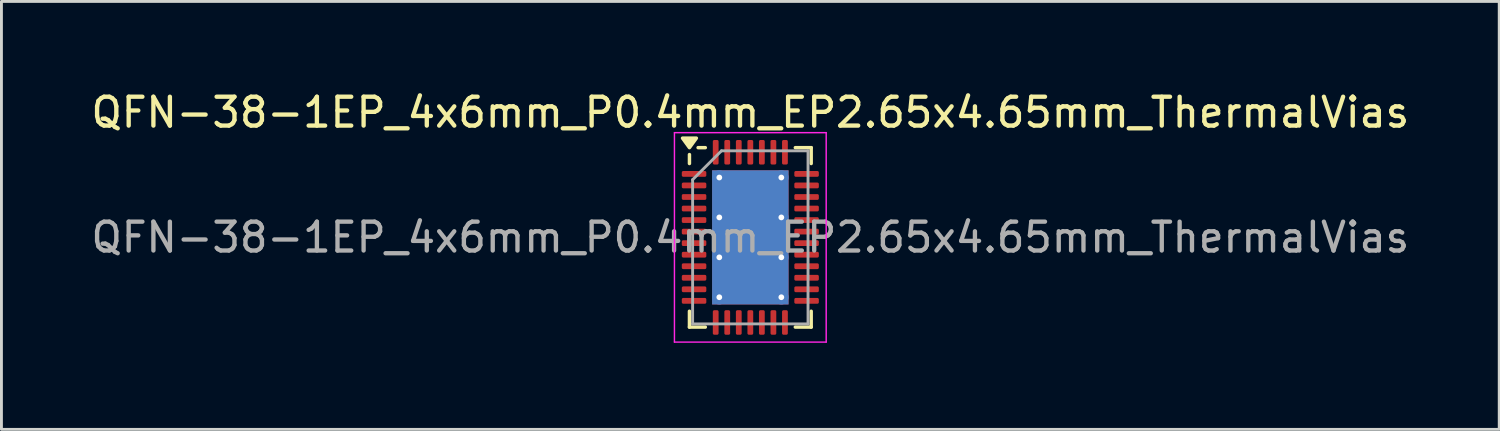
<source format=kicad_pcb>
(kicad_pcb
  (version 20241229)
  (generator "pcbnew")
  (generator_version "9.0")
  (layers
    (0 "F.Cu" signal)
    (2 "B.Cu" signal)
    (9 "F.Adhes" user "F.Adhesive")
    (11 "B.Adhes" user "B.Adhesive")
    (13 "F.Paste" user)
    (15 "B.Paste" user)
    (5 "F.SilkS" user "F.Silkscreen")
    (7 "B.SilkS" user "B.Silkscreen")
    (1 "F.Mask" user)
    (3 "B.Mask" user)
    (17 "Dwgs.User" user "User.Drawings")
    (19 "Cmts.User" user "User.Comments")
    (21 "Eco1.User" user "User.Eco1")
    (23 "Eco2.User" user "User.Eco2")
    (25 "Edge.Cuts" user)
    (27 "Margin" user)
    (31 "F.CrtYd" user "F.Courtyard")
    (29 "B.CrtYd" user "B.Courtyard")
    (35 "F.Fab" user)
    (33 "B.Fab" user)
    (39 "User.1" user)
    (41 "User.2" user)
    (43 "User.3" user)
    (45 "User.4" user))
  (footprint "QFN-38-1EP_4x6mm_P0.4mm_EP2.65x4.65mm_ThermalVias"
    (layer "F.Cu")
    (at 22.958 5.178)
    (property "Reference" "QFN-38-1EP_4x6mm_P0.4mm_EP2.65x4.65mm_ThermalVias" (at 0 -4.33 0) (layer "F.SilkS") (effects (font (size 1 1) (thickness 0.15))))
    (attr smd)
    (fp_line (start -2.11 -2.56) (end -2.11 -2.87) (stroke (width 0.12) (type solid)) (layer "F.SilkS"))
    (fp_line (start -2.11 3.11) (end -2.11 2.56) (stroke (width 0.12) (type solid)) (layer "F.SilkS"))
    (fp_line (start -1.56 -3.11) (end -1.81 -3.11) (stroke (width 0.12) (type solid)) (layer "F.SilkS"))
    (fp_line (start -1.56 3.11) (end -2.11 3.11) (stroke (width 0.12) (type solid)) (layer "F.SilkS"))
    (fp_line (start 1.56 -3.11) (end 2.11 -3.11) (stroke (width 0.12) (type solid)) (layer "F.SilkS"))
    (fp_line (start 1.56 3.11) (end 2.11 3.11) (stroke (width 0.12) (type solid)) (layer "F.SilkS"))
    (fp_line (start 2.11 -3.11) (end 2.11 -2.56) (stroke (width 0.12) (type solid)) (layer "F.SilkS"))
    (fp_line (start 2.11 3.11) (end 2.11 2.56) (stroke (width 0.12) (type solid)) (layer "F.SilkS"))
    (fp_poly (pts (xy -2.11 -3.11) (xy -2.35 -3.44) (xy -1.87 -3.44) (xy -2.11 -3.11)) (stroke (width 0.12) (type solid)) (fill yes) (layer "F.SilkS"))
    (fp_line (start -2.63 -3.63) (end -2.63 3.63) (stroke (width 0.05) (type solid)) (layer "F.CrtYd"))
    (fp_line (start -2.63 3.63) (end 2.63 3.63) (stroke (width 0.05) (type solid)) (layer "F.CrtYd"))
    (fp_line (start 2.63 -3.63) (end -2.63 -3.63) (stroke (width 0.05) (type solid)) (layer "F.CrtYd"))
    (fp_line (start 2.63 3.63) (end 2.63 -3.63) (stroke (width 0.05) (type solid)) (layer "F.CrtYd"))
    (fp_line (start -2 -2) (end -1 -3) (stroke (width 0.1) (type solid)) (layer "F.Fab"))
    (fp_line (start -2 3) (end -2 -2) (stroke (width 0.1) (type solid)) (layer "F.Fab"))
    (fp_line (start -1 -3) (end 2 -3) (stroke (width 0.1) (type solid)) (layer "F.Fab"))
    (fp_line (start 2 -3) (end 2 3) (stroke (width 0.1) (type solid)) (layer "F.Fab"))
    (fp_line (start 2 3) (end -2 3) (stroke (width 0.1) (type solid)) (layer "F.Fab"))
    (fp_text user "${REFERENCE}" (at 0 0 0) (layer "F.Fab") (effects (font (size 1 1) (thickness 0.15))))
    (pad "" smd roundrect (at -0.66 -1.74) (size 1.15 1.01) (layers "F.Paste") (roundrect_rratio 0.248))
    (pad "" smd roundrect (at -0.66 -0.58) (size 1.15 1.01) (layers "F.Paste") (roundrect_rratio 0.248))
    (pad "" smd roundrect (at -0.66 0.58) (size 1.15 1.01) (layers "F.Paste") (roundrect_rratio 0.248))
    (pad "" smd roundrect (at -0.66 1.74) (size 1.15 1.01) (layers "F.Paste") (roundrect_rratio 0.248))
    (pad "" smd roundrect (at 0.66 -1.74) (size 1.15 1.01) (layers "F.Paste") (roundrect_rratio 0.248))
    (pad "" smd roundrect (at 0.66 -0.58) (size 1.15 1.01) (layers "F.Paste") (roundrect_rratio 0.248))
    (pad "" smd roundrect (at 0.66 0.58) (size 1.15 1.01) (layers "F.Paste") (roundrect_rratio 0.248))
    (pad "" smd roundrect (at 0.66 1.74) (size 1.15 1.01) (layers "F.Paste") (roundrect_rratio 0.248))
    (pad "1" smd roundrect (at -1.95 -2.2) (size 0.85 0.2) (layers "F.Cu" "F.Mask" "F.Paste") (roundrect_rratio 0.25))
    (pad "2" smd roundrect (at -1.95 -1.8) (size 0.85 0.2) (layers "F.Cu" "F.Mask" "F.Paste") (roundrect_rratio 0.25))
    (pad "3" smd roundrect (at -1.95 -1.4) (size 0.85 0.2) (layers "F.Cu" "F.Mask" "F.Paste") (roundrect_rratio 0.25))
    (pad "4" smd roundrect (at -1.95 -1) (size 0.85 0.2) (layers "F.Cu" "F.Mask" "F.Paste") (roundrect_rratio 0.25))
    (pad "5" smd roundrect (at -1.95 -0.6) (size 0.85 0.2) (layers "F.Cu" "F.Mask" "F.Paste") (roundrect_rratio 0.25))
    (pad "6" smd roundrect (at -1.95 -0.2) (size 0.85 0.2) (layers "F.Cu" "F.Mask" "F.Paste") (roundrect_rratio 0.25))
    (pad "7" smd roundrect (at -1.95 0.2) (size 0.85 0.2) (layers "F.Cu" "F.Mask" "F.Paste") (roundrect_rratio 0.25))
    (pad "8" smd roundrect (at -1.95 0.6) (size 0.85 0.2) (layers "F.Cu" "F.Mask" "F.Paste") (roundrect_rratio 0.25))
    (pad "9" smd roundrect (at -1.95 1) (size 0.85 0.2) (layers "F.Cu" "F.Mask" "F.Paste") (roundrect_rratio 0.25))
    (pad "10" smd roundrect (at -1.95 1.4) (size 0.85 0.2) (layers "F.Cu" "F.Mask" "F.Paste") (roundrect_rratio 0.25))
    (pad "11" smd roundrect (at -1.95 1.8) (size 0.85 0.2) (layers "F.Cu" "F.Mask" "F.Paste") (roundrect_rratio 0.25))
    (pad "12" smd roundrect (at -1.95 2.2) (size 0.85 0.2) (layers "F.Cu" "F.Mask" "F.Paste") (roundrect_rratio 0.25))
    (pad "13" smd roundrect (at -1.2 2.95) (size 0.2 0.85) (layers "F.Cu" "F.Mask" "F.Paste") (roundrect_rratio 0.25))
    (pad "14" smd roundrect (at -0.8 2.95) (size 0.2 0.85) (layers "F.Cu" "F.Mask" "F.Paste") (roundrect_rratio 0.25))
    (pad "15" smd roundrect (at -0.4 2.95) (size 0.2 0.85) (layers "F.Cu" "F.Mask" "F.Paste") (roundrect_rratio 0.25))
    (pad "16" smd roundrect (at 0 2.95) (size 0.2 0.85) (layers "F.Cu" "F.Mask" "F.Paste") (roundrect_rratio 0.25))
    (pad "17" smd roundrect (at 0.4 2.95) (size 0.2 0.85) (layers "F.Cu" "F.Mask" "F.Paste") (roundrect_rratio 0.25))
    (pad "18" smd roundrect (at 0.8 2.95) (size 0.2 0.85) (layers "F.Cu" "F.Mask" "F.Paste") (roundrect_rratio 0.25))
    (pad "19" smd roundrect (at 1.2 2.95) (size 0.2 0.85) (layers "F.Cu" "F.Mask" "F.Paste") (roundrect_rratio 0.25))
    (pad "20" smd roundrect (at 1.95 2.2) (size 0.85 0.2) (layers "F.Cu" "F.Mask" "F.Paste") (roundrect_rratio 0.25))
    (pad "21" smd roundrect (at 1.95 1.8) (size 0.85 0.2) (layers "F.Cu" "F.Mask" "F.Paste") (roundrect_rratio 0.25))
    (pad "22" smd roundrect (at 1.95 1.4) (size 0.85 0.2) (layers "F.Cu" "F.Mask" "F.Paste") (roundrect_rratio 0.25))
    (pad "23" smd roundrect (at 1.95 1) (size 0.85 0.2) (layers "F.Cu" "F.Mask" "F.Paste") (roundrect_rratio 0.25))
    (pad "24" smd roundrect (at 1.95 0.6) (size 0.85 0.2) (layers "F.Cu" "F.Mask" "F.Paste") (roundrect_rratio 0.25))
    (pad "25" smd roundrect (at 1.95 0.2) (size 0.85 0.2) (layers "F.Cu" "F.Mask" "F.Paste") (roundrect_rratio 0.25))
    (pad "26" smd roundrect (at 1.95 -0.2) (size 0.85 0.2) (layers "F.Cu" "F.Mask" "F.Paste") (roundrect_rratio 0.25))
    (pad "27" smd roundrect (at 1.95 -0.6) (size 0.85 0.2) (layers "F.Cu" "F.Mask" "F.Paste") (roundrect_rratio 0.25))
    (pad "28" smd roundrect (at 1.95 -1) (size 0.85 0.2) (layers "F.Cu" "F.Mask" "F.Paste") (roundrect_rratio 0.25))
    (pad "29" smd roundrect (at 1.95 -1.4) (size 0.85 0.2) (layers "F.Cu" "F.Mask" "F.Paste") (roundrect_rratio 0.25))
    (pad "30" smd roundrect (at 1.95 -1.8) (size 0.85 0.2) (layers "F.Cu" "F.Mask" "F.Paste") (roundrect_rratio 0.25))
    (pad "31" smd roundrect (at 1.95 -2.2) (size 0.85 0.2) (layers "F.Cu" "F.Mask" "F.Paste") (roundrect_rratio 0.25))
    (pad "32" smd roundrect (at 1.2 -2.95) (size 0.2 0.85) (layers "F.Cu" "F.Mask" "F.Paste") (roundrect_rratio 0.25))
    (pad "33" smd roundrect (at 0.8 -2.95) (size 0.2 0.85) (layers "F.Cu" "F.Mask" "F.Paste") (roundrect_rratio 0.25))
    (pad "34" smd roundrect (at 0.4 -2.95) (size 0.2 0.85) (layers "F.Cu" "F.Mask" "F.Paste") (roundrect_rratio 0.25))
    (pad "35" smd roundrect (at 0 -2.95) (size 0.2 0.85) (layers "F.Cu" "F.Mask" "F.Paste") (roundrect_rratio 0.25))
    (pad "36" smd roundrect (at -0.4 -2.95) (size 0.2 0.85) (layers "F.Cu" "F.Mask" "F.Paste") (roundrect_rratio 0.25))
    (pad "37" smd roundrect (at -0.8 -2.95) (size 0.2 0.85) (layers "F.Cu" "F.Mask" "F.Paste") (roundrect_rratio 0.25))
    (pad "38" smd roundrect (at -1.2 -2.95) (size 0.2 0.85) (layers "F.Cu" "F.Mask" "F.Paste") (roundrect_rratio 0.25))
    (pad "39" thru_hole circle (at -1.075 -2.075) (size 0.5 0.5) (drill 0.2) (property pad_prop_heatsink) (layers "*.Cu"))
    (pad "39" thru_hole circle (at -1.075 -0.692) (size 0.5 0.5) (drill 0.2) (property pad_prop_heatsink) (layers "*.Cu"))
    (pad "39" thru_hole circle (at -1.075 0.692) (size 0.5 0.5) (drill 0.2) (property pad_prop_heatsink) (layers "*.Cu"))
    (pad "39" thru_hole circle (at -1.075 2.075) (size 0.5 0.5) (drill 0.2) (property pad_prop_heatsink) (layers "*.Cu"))
    (pad "39" smd rect (at 0 0) (size 2.65 4.65) (property pad_prop_heatsink) (layers "F.Cu" "F.Mask"))
    (pad "39" smd rect (at 0 0) (size 2.65 4.65) (property pad_prop_heatsink) (layers "B.Cu"))
    (pad "39" thru_hole circle (at 1.075 -2.075) (size 0.5 0.5) (drill 0.2) (property pad_prop_heatsink) (layers "*.Cu"))
    (pad "39" thru_hole circle (at 1.075 -0.692) (size 0.5 0.5) (drill 0.2) (property pad_prop_heatsink) (layers "*.Cu"))
    (pad "39" thru_hole circle (at 1.075 0.692) (size 0.5 0.5) (drill 0.2) (property pad_prop_heatsink) (layers "*.Cu"))
    (pad "39" thru_hole circle (at 1.075 2.075) (size 0.5 0.5) (drill 0.2) (property pad_prop_heatsink) (layers "*.Cu")))
  (gr_rect
    (start -3 -3)
    (end 48.917 11.833)
    (stroke (width 0.1) (type default))
    (fill no)
    (layer "Edge.Cuts")))
</source>
